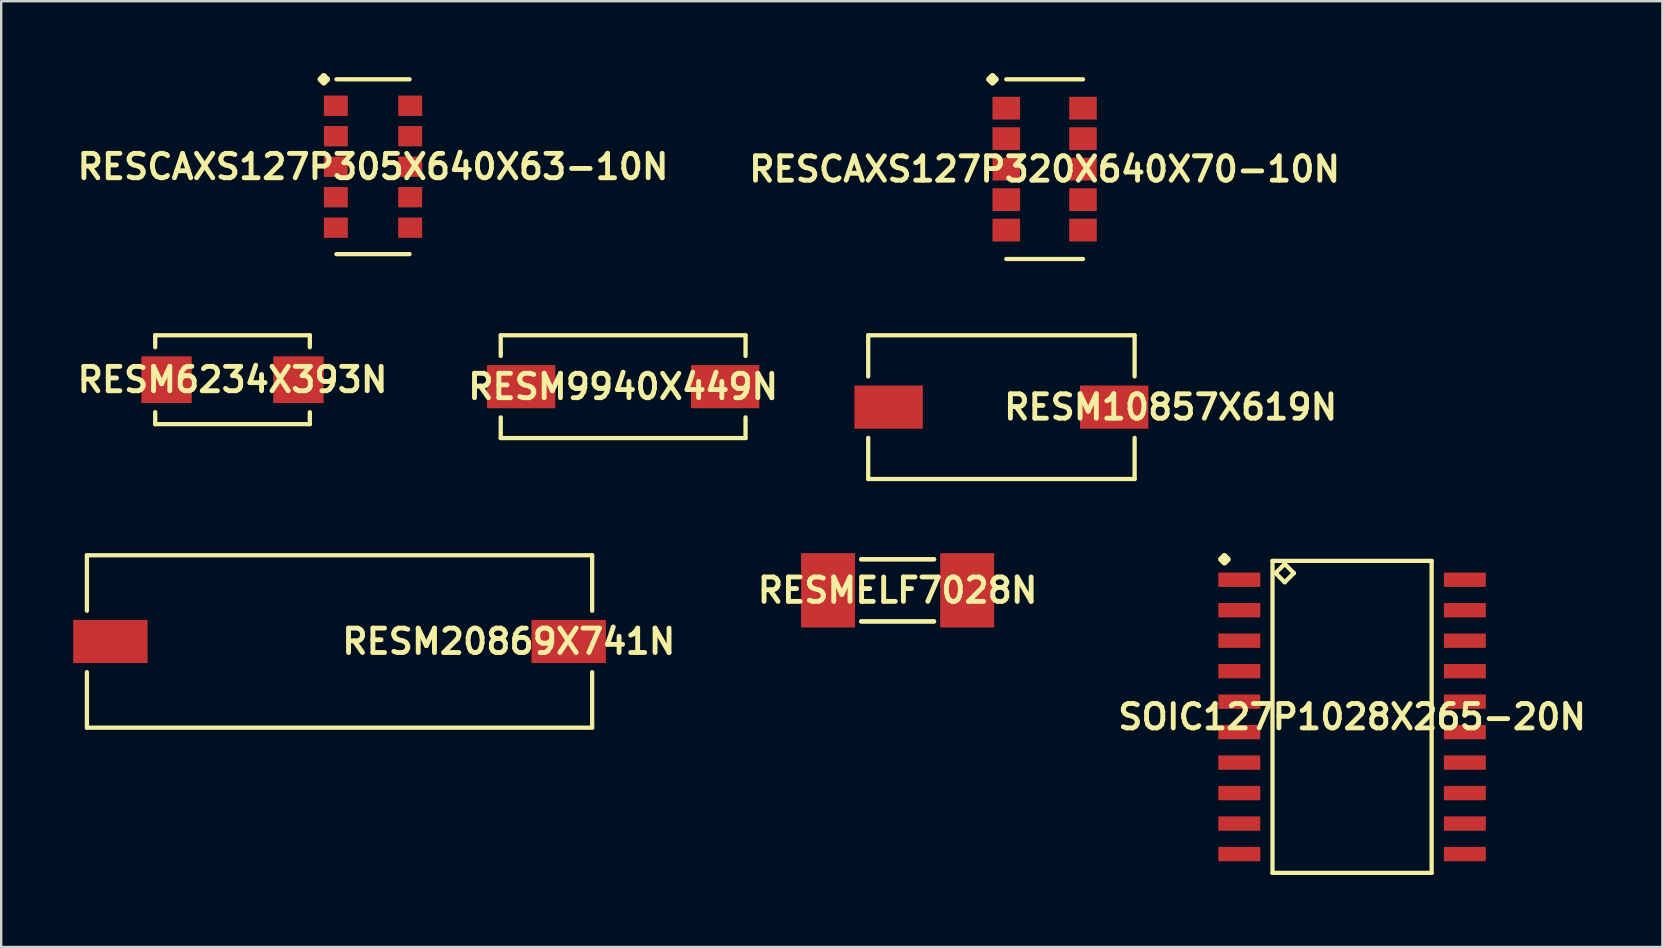
<source format=kicad_pcb>
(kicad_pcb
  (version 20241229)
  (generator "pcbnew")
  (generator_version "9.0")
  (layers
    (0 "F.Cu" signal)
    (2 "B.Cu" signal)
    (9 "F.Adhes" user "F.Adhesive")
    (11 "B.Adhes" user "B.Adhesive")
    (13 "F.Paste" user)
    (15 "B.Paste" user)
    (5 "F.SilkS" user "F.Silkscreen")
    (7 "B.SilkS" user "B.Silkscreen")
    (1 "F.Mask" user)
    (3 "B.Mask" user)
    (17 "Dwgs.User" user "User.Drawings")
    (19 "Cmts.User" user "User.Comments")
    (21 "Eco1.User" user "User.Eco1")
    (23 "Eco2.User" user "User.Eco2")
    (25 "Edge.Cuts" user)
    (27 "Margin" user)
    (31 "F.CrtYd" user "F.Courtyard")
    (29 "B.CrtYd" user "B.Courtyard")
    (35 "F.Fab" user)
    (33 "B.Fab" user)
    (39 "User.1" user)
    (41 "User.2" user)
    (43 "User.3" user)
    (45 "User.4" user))
  (footprint "RESM9940X449N"
    (layer "F.Cu")
    (at 22.914 13.061)
    (property "Reference" "RESM9940X449N" (at 0 0 0) (layer "F.SilkS") (effects (font (size 1.016 1.016) (thickness 0.203))))
    (attr smd)
    (fp_line (start -5.1 -2.141) (end 5.1 -2.141) (stroke (width 0.178) (type solid)) (layer "F.SilkS"))
    (fp_line (start -5.1 -1.28) (end -5.1 -2.141) (stroke (width 0.178) (type solid)) (layer "F.SilkS"))
    (fp_line (start -5.1 1.28) (end -5.1 2.141) (stroke (width 0.178) (type solid)) (layer "F.SilkS"))
    (fp_line (start -5.1 2.141) (end 5.1 2.141) (stroke (width 0.178) (type solid)) (layer "F.SilkS"))
    (fp_line (start 5.1 -2.141) (end 5.1 -1.28) (stroke (width 0.178) (type solid)) (layer "F.SilkS"))
    (fp_line (start 5.1 2.141) (end 5.1 1.28) (stroke (width 0.178) (type solid)) (layer "F.SilkS"))
    (pad "1" smd rect (at -4.249 0) (size 2.85 1.798) (layers "F.Cu" "F.Mask" "F.Paste"))
    (pad "2" smd rect (at 4.249 0) (size 2.85 1.798) (layers "F.Cu" "F.Mask" "F.Paste")))
  (footprint "RESCAXS127P305X640X63-10N"
    (layer "F.Cu")
    (at 12.492 3.896)
    (property "Reference" "RESCAXS127P305X640X63-10N" (at 0 0 0) (layer "F.SilkS") (effects (font (size 1.016 1.016) (thickness 0.203))))
    (attr smd)
    (fp_line (start -2.177 -3.642) (end -2.05 -3.769) (stroke (width 0.254) (type solid)) (layer "F.SilkS"))
    (fp_line (start -2.05 -3.769) (end -1.923 -3.642) (stroke (width 0.254) (type solid)) (layer "F.SilkS"))
    (fp_line (start -2.05 -3.515) (end -2.177 -3.642) (stroke (width 0.254) (type solid)) (layer "F.SilkS"))
    (fp_line (start -1.923 -3.642) (end -2.05 -3.515) (stroke (width 0.254) (type solid)) (layer "F.SilkS"))
    (fp_line (start -1.524 -3.642) (end 1.524 -3.642) (stroke (width 0.178) (type solid)) (layer "F.SilkS"))
    (fp_line (start -1.524 3.642) (end 1.524 3.642) (stroke (width 0.178) (type solid)) (layer "F.SilkS"))
    (pad "1" smd rect (at -1.549 -2.54) (size 0.998 0.848) (layers "F.Cu" "F.Mask" "F.Paste"))
    (pad "2" smd rect (at -1.549 -1.27) (size 0.998 0.848) (layers "F.Cu" "F.Mask" "F.Paste"))
    (pad "3" smd rect (at -1.549 0) (size 0.998 0.848) (layers "F.Cu" "F.Mask" "F.Paste"))
    (pad "4" smd rect (at -1.549 1.27) (size 0.998 0.848) (layers "F.Cu" "F.Mask" "F.Paste"))
    (pad "5" smd rect (at -1.549 2.54) (size 0.998 0.848) (layers "F.Cu" "F.Mask" "F.Paste"))
    (pad "6" smd rect (at 1.549 2.54) (size 0.998 0.848) (layers "F.Cu" "F.Mask" "F.Paste"))
    (pad "7" smd rect (at 1.549 1.27) (size 0.998 0.848) (layers "F.Cu" "F.Mask" "F.Paste"))
    (pad "8" smd rect (at 1.549 0) (size 0.998 0.848) (layers "F.Cu" "F.Mask" "F.Paste"))
    (pad "9" smd rect (at 1.549 -1.27) (size 0.998 0.848) (layers "F.Cu" "F.Mask" "F.Paste"))
    (pad "10" smd rect (at 1.549 -2.54) (size 0.998 0.848) (layers "F.Cu" "F.Mask" "F.Paste")))
  (footprint "RESCAXS127P320X640X70-10N"
    (layer "F.Cu")
    (at 40.476 3.998)
    (property "Reference" "RESCAXS127P320X640X70-10N" (at 0 0 0) (layer "F.SilkS") (effects (font (size 1.016 1.016) (thickness 0.203))))
    (attr smd)
    (fp_line (start -2.301 -3.744) (end -2.174 -3.871) (stroke (width 0.254) (type solid)) (layer "F.SilkS"))
    (fp_line (start -2.174 -3.871) (end -2.047 -3.744) (stroke (width 0.254) (type solid)) (layer "F.SilkS"))
    (fp_line (start -2.174 -3.617) (end -2.301 -3.744) (stroke (width 0.254) (type solid)) (layer "F.SilkS"))
    (fp_line (start -2.047 -3.744) (end -2.174 -3.617) (stroke (width 0.254) (type solid)) (layer "F.SilkS"))
    (fp_line (start -1.598 -3.744) (end 1.598 -3.744) (stroke (width 0.178) (type solid)) (layer "F.SilkS"))
    (fp_line (start -1.598 3.744) (end 1.598 3.744) (stroke (width 0.178) (type solid)) (layer "F.SilkS"))
    (pad "1" smd rect (at -1.598 -2.54) (size 1.148 0.95) (layers "F.Cu" "F.Mask" "F.Paste"))
    (pad "2" smd rect (at -1.598 -1.27) (size 1.148 0.95) (layers "F.Cu" "F.Mask" "F.Paste"))
    (pad "3" smd rect (at -1.598 0) (size 1.148 0.95) (layers "F.Cu" "F.Mask" "F.Paste"))
    (pad "4" smd rect (at -1.598 1.27) (size 1.148 0.95) (layers "F.Cu" "F.Mask" "F.Paste"))
    (pad "5" smd rect (at -1.598 2.54) (size 1.148 0.95) (layers "F.Cu" "F.Mask" "F.Paste"))
    (pad "6" smd rect (at 1.598 2.54) (size 1.148 0.95) (layers "F.Cu" "F.Mask" "F.Paste"))
    (pad "7" smd rect (at 1.598 1.27) (size 1.148 0.95) (layers "F.Cu" "F.Mask" "F.Paste"))
    (pad "8" smd rect (at 1.598 0) (size 1.148 0.95) (layers "F.Cu" "F.Mask" "F.Paste"))
    (pad "9" smd rect (at 1.598 -1.27) (size 1.148 0.95) (layers "F.Cu" "F.Mask" "F.Paste"))
    (pad "10" smd rect (at 1.598 -2.54) (size 1.148 0.95) (layers "F.Cu" "F.Mask" "F.Paste")))
  (footprint "RESM10857X619N"
    (layer "F.Cu")
    (at 38.675 13.914)
    (property "Reference" "RESM10857X619N" (at 0 0 0) (layer "F.SilkS") (effects (font (size 1.016 1.016) (thickness 0.203)) (justify left)))
    (attr smd)
    (fp_line (start -5.55 -2.995) (end 5.55 -2.995) (stroke (width 0.178) (type solid)) (layer "F.SilkS"))
    (fp_line (start -5.55 -1.28) (end -5.55 -2.995) (stroke (width 0.178) (type solid)) (layer "F.SilkS"))
    (fp_line (start -5.55 1.28) (end -5.55 2.995) (stroke (width 0.178) (type solid)) (layer "F.SilkS"))
    (fp_line (start -5.55 2.995) (end 5.55 2.995) (stroke (width 0.178) (type solid)) (layer "F.SilkS"))
    (fp_line (start 5.55 -2.995) (end 5.55 -1.28) (stroke (width 0.178) (type solid)) (layer "F.SilkS"))
    (fp_line (start 5.55 2.995) (end 5.55 1.28) (stroke (width 0.178) (type solid)) (layer "F.SilkS"))
    (pad "1" smd rect (at -4.699 0) (size 2.85 1.798) (layers "F.Cu" "F.Mask" "F.Paste"))
    (pad "2" smd rect (at 4.699 0) (size 2.85 1.798) (layers "F.Cu" "F.Mask" "F.Paste")))
  (footprint "RESMELF7028N"
    (layer "F.Cu")
    (at 34.35 21.547)
    (property "Reference" "RESMELF7028N" (at 0 0 0) (layer "F.SilkS") (effects (font (size 1.016 1.016) (thickness 0.203))))
    (attr smd)
    (fp_line (start -1.519 -1.295) (end 1.519 -1.295) (stroke (width 0.178) (type solid)) (layer "F.SilkS"))
    (fp_line (start -1.519 1.295) (end 1.519 1.295) (stroke (width 0.178) (type solid)) (layer "F.SilkS"))
    (fp_line (start 1.519 -1.295) (end -1.519 -1.295) (stroke (width 0.178) (type solid)) (layer "F.SilkS"))
    (fp_line (start 1.519 1.295) (end -1.519 1.295) (stroke (width 0.178) (type solid)) (layer "F.SilkS"))
    (pad "1" smd rect (at -2.898 0) (size 2.248 3.099) (layers "F.Cu" "F.Mask" "F.Paste"))
    (pad "2" smd rect (at 2.898 0) (size 2.248 3.099) (layers "F.Cu" "F.Mask" "F.Paste")))
  (footprint "SOIC127P1028X265-20N"
    (layer "F.Cu")
    (at 53.286 26.82)
    (property "Reference" "SOIC127P1028X265-20N" (at 0 0 0) (layer "F.SilkS") (effects (font (size 1.016 1.016) (thickness 0.203))))
    (attr smd)
    (fp_line (start -5.446 -6.568) (end -5.319 -6.695) (stroke (width 0.254) (type solid)) (layer "F.SilkS"))
    (fp_line (start -5.319 -6.695) (end -5.192 -6.568) (stroke (width 0.254) (type solid)) (layer "F.SilkS"))
    (fp_line (start -5.319 -6.441) (end -5.446 -6.568) (stroke (width 0.254) (type solid)) (layer "F.SilkS"))
    (fp_line (start -5.192 -6.568) (end -5.319 -6.441) (stroke (width 0.254) (type solid)) (layer "F.SilkS"))
    (fp_line (start -3.315 -6.5) (end -3.315 6.5) (stroke (width 0.178) (type solid)) (layer "F.SilkS"))
    (fp_line (start -3.315 6.5) (end 3.315 6.5) (stroke (width 0.178) (type solid)) (layer "F.SilkS"))
    (fp_line (start -3.188 -5.992) (end -2.807 -6.373) (stroke (width 0.178) (type solid)) (layer "F.SilkS"))
    (fp_line (start -2.807 -6.373) (end -2.426 -5.992) (stroke (width 0.178) (type solid)) (layer "F.SilkS"))
    (fp_line (start -2.807 -5.611) (end -3.188 -5.992) (stroke (width 0.178) (type solid)) (layer "F.SilkS"))
    (fp_line (start -2.426 -5.992) (end -2.807 -5.611) (stroke (width 0.178) (type solid)) (layer "F.SilkS"))
    (fp_line (start 3.315 -6.5) (end -3.315 -6.5) (stroke (width 0.178) (type solid)) (layer "F.SilkS"))
    (fp_line (start 3.315 6.5) (end 3.315 -6.5) (stroke (width 0.178) (type solid)) (layer "F.SilkS"))
    (pad "1" smd rect (at -4.699 -5.715) (size 1.748 0.599) (layers "F.Cu" "F.Mask" "F.Paste"))
    (pad "2" smd rect (at -4.699 -4.445) (size 1.748 0.599) (layers "F.Cu" "F.Mask" "F.Paste"))
    (pad "3" smd rect (at -4.699 -3.175) (size 1.748 0.599) (layers "F.Cu" "F.Mask" "F.Paste"))
    (pad "4" smd rect (at -4.699 -1.905) (size 1.748 0.599) (layers "F.Cu" "F.Mask" "F.Paste"))
    (pad "5" smd rect (at -4.699 -0.635) (size 1.748 0.599) (layers "F.Cu" "F.Mask" "F.Paste"))
    (pad "6" smd rect (at -4.699 0.635) (size 1.748 0.599) (layers "F.Cu" "F.Mask" "F.Paste"))
    (pad "7" smd rect (at -4.699 1.905) (size 1.748 0.599) (layers "F.Cu" "F.Mask" "F.Paste"))
    (pad "8" smd rect (at -4.699 3.175) (size 1.748 0.599) (layers "F.Cu" "F.Mask" "F.Paste"))
    (pad "9" smd rect (at -4.699 4.445) (size 1.748 0.599) (layers "F.Cu" "F.Mask" "F.Paste"))
    (pad "10" smd rect (at -4.699 5.715) (size 1.748 0.599) (layers "F.Cu" "F.Mask" "F.Paste"))
    (pad "11" smd rect (at 4.699 5.715) (size 1.748 0.599) (layers "F.Cu" "F.Mask" "F.Paste"))
    (pad "12" smd rect (at 4.699 4.445) (size 1.748 0.599) (layers "F.Cu" "F.Mask" "F.Paste"))
    (pad "13" smd rect (at 4.699 3.175) (size 1.748 0.599) (layers "F.Cu" "F.Mask" "F.Paste"))
    (pad "14" smd rect (at 4.699 1.905) (size 1.748 0.599) (layers "F.Cu" "F.Mask" "F.Paste"))
    (pad "15" smd rect (at 4.699 0.635) (size 1.748 0.599) (layers "F.Cu" "F.Mask" "F.Paste"))
    (pad "16" smd rect (at 4.699 -0.635) (size 1.748 0.599) (layers "F.Cu" "F.Mask" "F.Paste"))
    (pad "17" smd rect (at 4.699 -1.905) (size 1.748 0.599) (layers "F.Cu" "F.Mask" "F.Paste"))
    (pad "18" smd rect (at 4.699 -3.175) (size 1.748 0.599) (layers "F.Cu" "F.Mask" "F.Paste"))
    (pad "19" smd rect (at 4.699 -4.445) (size 1.748 0.599) (layers "F.Cu" "F.Mask" "F.Paste"))
    (pad "20" smd rect (at 4.699 -5.715) (size 1.748 0.599) (layers "F.Cu" "F.Mask" "F.Paste")))
  (footprint "RESM20869X741N"
    (layer "F.Cu")
    (at 11.097 23.678)
    (property "Reference" "RESM20869X741N" (at 0 0 0) (layer "F.SilkS") (effects (font (size 1.016 1.016) (thickness 0.203)) (justify left)))
    (attr smd)
    (fp_line (start -10.526 -3.592) (end 10.526 -3.592) (stroke (width 0.178) (type solid)) (layer "F.SilkS"))
    (fp_line (start -10.526 -1.28) (end -10.526 -3.592) (stroke (width 0.178) (type solid)) (layer "F.SilkS"))
    (fp_line (start -10.526 1.28) (end -10.526 3.592) (stroke (width 0.178) (type solid)) (layer "F.SilkS"))
    (fp_line (start -10.526 3.592) (end 10.526 3.592) (stroke (width 0.178) (type solid)) (layer "F.SilkS"))
    (fp_line (start 10.526 -3.592) (end 10.526 -1.28) (stroke (width 0.178) (type solid)) (layer "F.SilkS"))
    (fp_line (start 10.526 3.592) (end 10.526 1.28) (stroke (width 0.178) (type solid)) (layer "F.SilkS"))
    (pad "1" smd rect (at -9.548 0) (size 3.099 1.798) (layers "F.Cu" "F.Mask" "F.Paste"))
    (pad "2" smd rect (at 9.548 0) (size 3.099 1.798) (layers "F.Cu" "F.Mask" "F.Paste")))
  (footprint "RESM6234X393N"
    (layer "F.Cu")
    (at 6.638 12.771)
    (property "Reference" "RESM6234X393N" (at 0 0 0) (layer "F.SilkS") (effects (font (size 1.016 1.016) (thickness 0.203))))
    (attr smd)
    (fp_line (start -3.221 -1.852) (end 3.221 -1.852) (stroke (width 0.178) (type solid)) (layer "F.SilkS"))
    (fp_line (start -3.221 -1.354) (end -3.221 -1.852) (stroke (width 0.178) (type solid)) (layer "F.SilkS"))
    (fp_line (start -3.221 1.354) (end -3.221 1.852) (stroke (width 0.178) (type solid)) (layer "F.SilkS"))
    (fp_line (start -3.221 1.852) (end 3.221 1.852) (stroke (width 0.178) (type solid)) (layer "F.SilkS"))
    (fp_line (start 3.221 -1.852) (end 3.221 -1.354) (stroke (width 0.178) (type solid)) (layer "F.SilkS"))
    (fp_line (start 3.221 1.852) (end 3.221 1.354) (stroke (width 0.178) (type solid)) (layer "F.SilkS"))
    (pad "1" smd rect (at -2.748 0) (size 2.098 1.948) (layers "F.Cu" "F.Mask" "F.Paste"))
    (pad "2" smd rect (at 2.748 0) (size 2.098 1.948) (layers "F.Cu" "F.Mask" "F.Paste")))
  (gr_rect
    (start -3 -3)
    (end 66.214 36.409)
    (stroke (width 0.1) (type default))
    (fill no)
    (layer "Edge.Cuts")))
</source>
